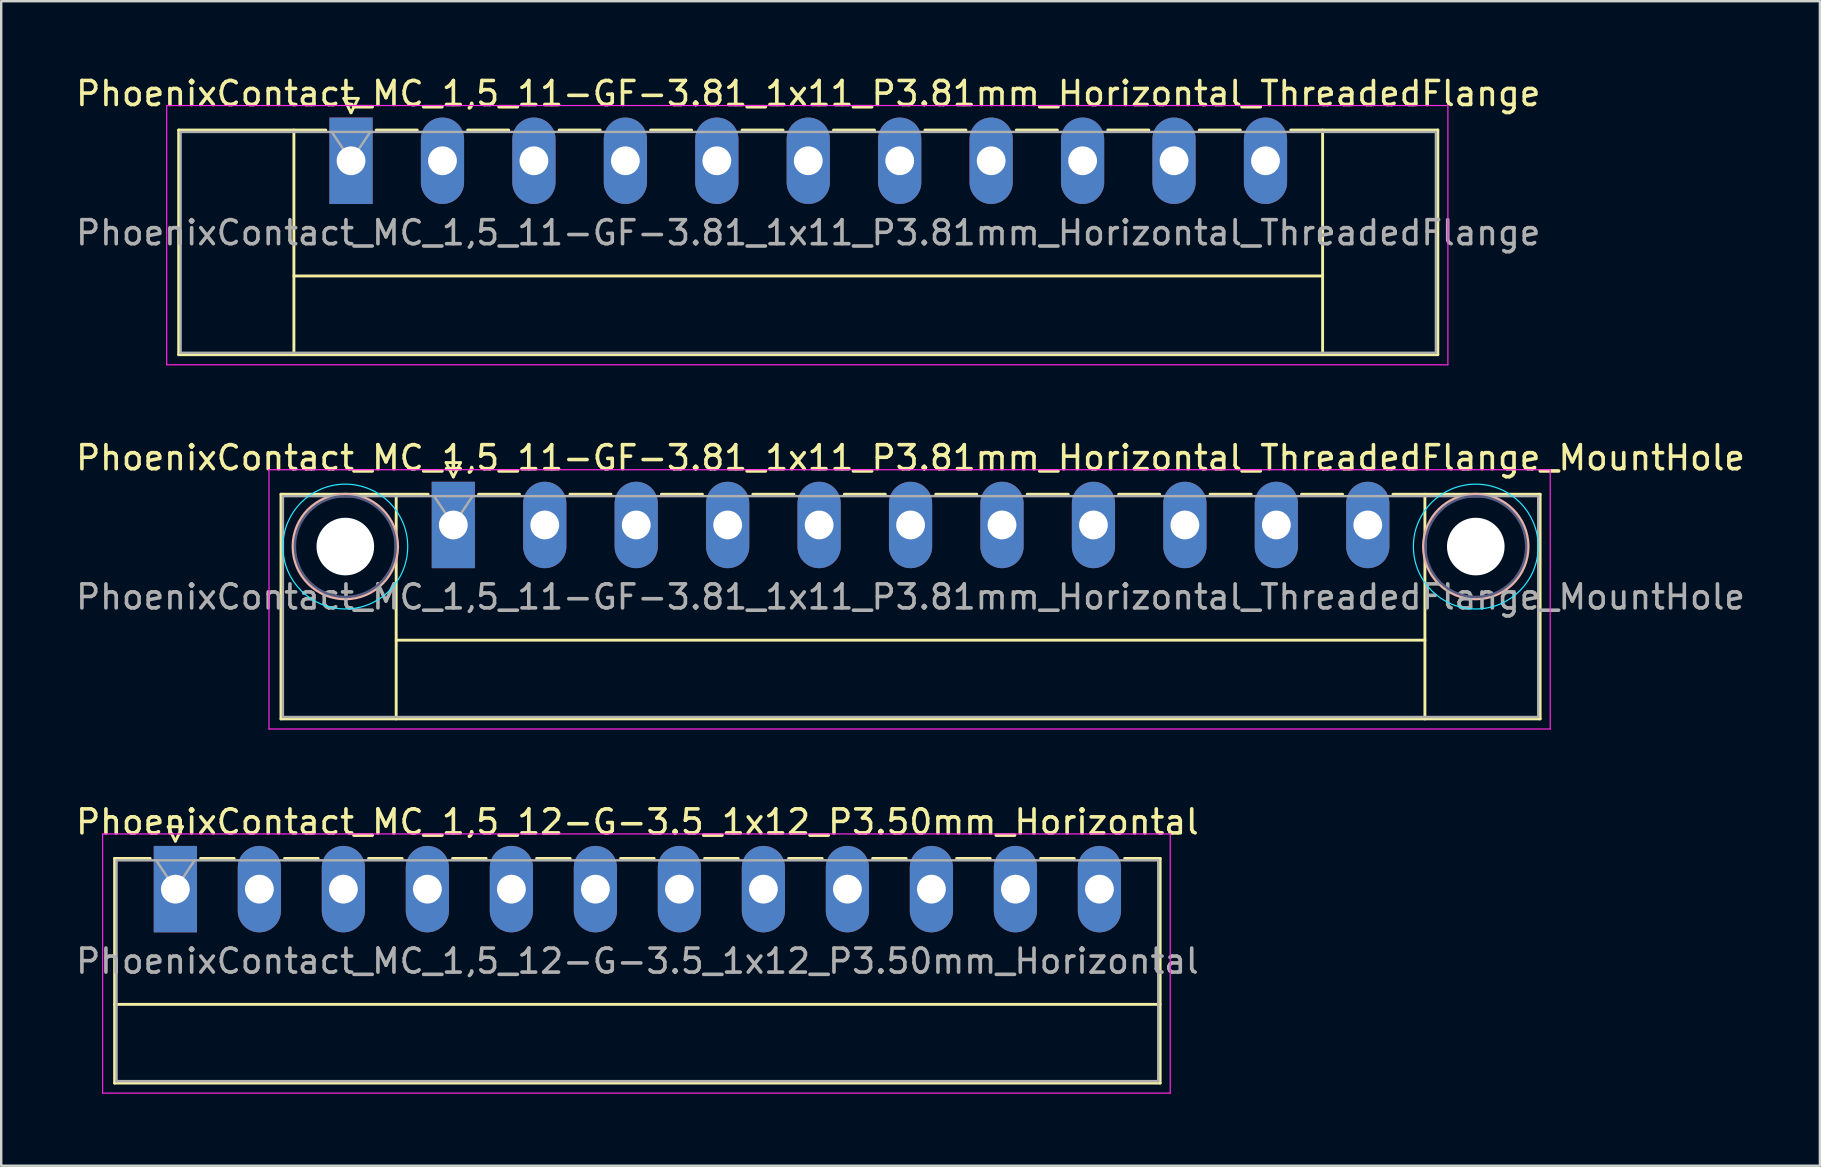
<source format=kicad_pcb>
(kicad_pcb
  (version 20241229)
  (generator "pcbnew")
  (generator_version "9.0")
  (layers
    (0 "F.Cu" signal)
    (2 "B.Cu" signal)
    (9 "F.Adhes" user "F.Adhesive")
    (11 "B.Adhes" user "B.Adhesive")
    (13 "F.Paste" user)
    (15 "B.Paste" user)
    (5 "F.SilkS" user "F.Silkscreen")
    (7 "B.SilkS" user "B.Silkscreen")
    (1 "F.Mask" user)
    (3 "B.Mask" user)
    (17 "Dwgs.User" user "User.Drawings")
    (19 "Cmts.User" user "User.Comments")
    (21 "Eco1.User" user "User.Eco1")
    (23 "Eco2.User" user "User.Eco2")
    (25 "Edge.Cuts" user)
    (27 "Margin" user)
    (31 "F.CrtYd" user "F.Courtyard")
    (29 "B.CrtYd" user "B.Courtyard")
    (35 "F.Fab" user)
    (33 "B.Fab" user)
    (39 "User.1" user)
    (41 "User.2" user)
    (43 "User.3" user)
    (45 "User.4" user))
  (footprint "PhoenixContact_MC_1,5_12-G-3.5_1x12_P3.50mm_Horizontal"
    (layer "F.Cu")
    (at 4.256 33.995)
    (property "Reference" "PhoenixContact_MC_1,5_12-G-3.5_1x12_P3.50mm_Horizontal" (at 19.25 -2.8 0) (layer "F.SilkS") (effects (font (size 1 1) (thickness 0.15))))
    (attr through_hole)
    (fp_line (start -2.53 -1.28) (end -2.53 8.08) (stroke (width 0.12) (type solid)) (layer "F.SilkS"))
    (fp_line (start -2.53 -1.28) (end -1.05 -1.28) (stroke (width 0.12) (type solid)) (layer "F.SilkS"))
    (fp_line (start -2.53 4.8) (end 41.03 4.8) (stroke (width 0.12) (type solid)) (layer "F.SilkS"))
    (fp_line (start -2.53 8.08) (end 41.03 8.08) (stroke (width 0.12) (type solid)) (layer "F.SilkS"))
    (fp_line (start -0.3 -2.6) (end 0.3 -2.6) (stroke (width 0.12) (type solid)) (layer "F.SilkS"))
    (fp_line (start 0 -2) (end -0.3 -2.6) (stroke (width 0.12) (type solid)) (layer "F.SilkS"))
    (fp_line (start 0.3 -2.6) (end 0 -2) (stroke (width 0.12) (type solid)) (layer "F.SilkS"))
    (fp_line (start 1.05 -1.28) (end 2.45 -1.28) (stroke (width 0.12) (type solid)) (layer "F.SilkS"))
    (fp_line (start 4.55 -1.28) (end 5.95 -1.28) (stroke (width 0.12) (type solid)) (layer "F.SilkS"))
    (fp_line (start 8.05 -1.28) (end 9.45 -1.28) (stroke (width 0.12) (type solid)) (layer "F.SilkS"))
    (fp_line (start 11.55 -1.28) (end 12.95 -1.28) (stroke (width 0.12) (type solid)) (layer "F.SilkS"))
    (fp_line (start 15.05 -1.28) (end 16.45 -1.28) (stroke (width 0.12) (type solid)) (layer "F.SilkS"))
    (fp_line (start 18.55 -1.28) (end 19.95 -1.28) (stroke (width 0.12) (type solid)) (layer "F.SilkS"))
    (fp_line (start 22.05 -1.28) (end 23.45 -1.28) (stroke (width 0.12) (type solid)) (layer "F.SilkS"))
    (fp_line (start 25.55 -1.28) (end 26.95 -1.28) (stroke (width 0.12) (type solid)) (layer "F.SilkS"))
    (fp_line (start 29.05 -1.28) (end 30.45 -1.28) (stroke (width 0.12) (type solid)) (layer "F.SilkS"))
    (fp_line (start 32.55 -1.28) (end 33.95 -1.28) (stroke (width 0.12) (type solid)) (layer "F.SilkS"))
    (fp_line (start 36.05 -1.28) (end 37.45 -1.28) (stroke (width 0.12) (type solid)) (layer "F.SilkS"))
    (fp_line (start 41.03 -1.28) (end 39.55 -1.28) (stroke (width 0.12) (type solid)) (layer "F.SilkS"))
    (fp_line (start 41.03 8.08) (end 41.03 -1.28) (stroke (width 0.12) (type solid)) (layer "F.SilkS"))
    (fp_line (start -3.03 -2.3) (end -3.03 8.5) (stroke (width 0.05) (type solid)) (layer "F.CrtYd"))
    (fp_line (start -3.03 8.5) (end 41.45 8.5) (stroke (width 0.05) (type solid)) (layer "F.CrtYd"))
    (fp_line (start 41.45 -2.3) (end -3.03 -2.3) (stroke (width 0.05) (type solid)) (layer "F.CrtYd"))
    (fp_line (start 41.45 8.5) (end 41.45 -2.3) (stroke (width 0.05) (type solid)) (layer "F.CrtYd"))
    (fp_line (start -2.45 -1.2) (end -2.45 8) (stroke (width 0.1) (type solid)) (layer "F.Fab"))
    (fp_line (start -2.45 8) (end 40.95 8) (stroke (width 0.1) (type solid)) (layer "F.Fab"))
    (fp_line (start 0 0) (end -0.8 -1.2) (stroke (width 0.1) (type solid)) (layer "F.Fab"))
    (fp_line (start 0.8 -1.2) (end 0 0) (stroke (width 0.1) (type solid)) (layer "F.Fab"))
    (fp_line (start 40.95 -1.2) (end -2.45 -1.2) (stroke (width 0.1) (type solid)) (layer "F.Fab"))
    (fp_line (start 40.95 8) (end 40.95 -1.2) (stroke (width 0.1) (type solid)) (layer "F.Fab"))
    (fp_text user "${REFERENCE}" (at 19.25 3 0) (layer "F.Fab") (effects (font (size 1 1) (thickness 0.15))))
    (pad "1" thru_hole rect (at 0 0) (size 1.8 3.6) (drill 1.2) (layers "*.Cu" "*.Mask"))
    (pad "2" thru_hole oval (at 3.5 0) (size 1.8 3.6) (drill 1.2) (layers "*.Cu" "*.Mask"))
    (pad "3" thru_hole oval (at 7 0) (size 1.8 3.6) (drill 1.2) (layers "*.Cu" "*.Mask"))
    (pad "4" thru_hole oval (at 10.5 0) (size 1.8 3.6) (drill 1.2) (layers "*.Cu" "*.Mask"))
    (pad "5" thru_hole oval (at 14 0) (size 1.8 3.6) (drill 1.2) (layers "*.Cu" "*.Mask"))
    (pad "6" thru_hole oval (at 17.5 0) (size 1.8 3.6) (drill 1.2) (layers "*.Cu" "*.Mask"))
    (pad "7" thru_hole oval (at 21 0) (size 1.8 3.6) (drill 1.2) (layers "*.Cu" "*.Mask"))
    (pad "8" thru_hole oval (at 24.5 0) (size 1.8 3.6) (drill 1.2) (layers "*.Cu" "*.Mask"))
    (pad "9" thru_hole oval (at 28 0) (size 1.8 3.6) (drill 1.2) (layers "*.Cu" "*.Mask"))
    (pad "10" thru_hole oval (at 31.5 0) (size 1.8 3.6) (drill 1.2) (layers "*.Cu" "*.Mask"))
    (pad "11" thru_hole oval (at 35 0) (size 1.8 3.6) (drill 1.2) (layers "*.Cu" "*.Mask"))
    (pad "12" thru_hole oval (at 38.5 0) (size 1.8 3.6) (drill 1.2) (layers "*.Cu" "*.Mask")))
  (footprint "PhoenixContact_MC_1,5_11-GF-3.81_1x11_P3.81mm_Horizontal_ThreadedFlange_MountHole"
    (layer "F.Cu")
    (at 15.837 18.822)
    (property "Reference" "PhoenixContact_MC_1,5_11-GF-3.81_1x11_P3.81mm_Horizontal_ThreadedFlange_MountHole" (at 19.05 -2.8 0) (layer "F.SilkS") (effects (font (size 1 1) (thickness 0.15))))
    (attr through_hole)
    (fp_line (start -7.18 -1.28) (end -7.18 8.08) (stroke (width 0.12) (type solid)) (layer "F.SilkS"))
    (fp_line (start -7.18 -1.28) (end -1.05 -1.28) (stroke (width 0.12) (type solid)) (layer "F.SilkS"))
    (fp_line (start -7.18 8.08) (end 45.28 8.08) (stroke (width 0.12) (type solid)) (layer "F.SilkS"))
    (fp_line (start -2.38 -1.28) (end -2.38 8.08) (stroke (width 0.12) (type solid)) (layer "F.SilkS"))
    (fp_line (start -2.38 4.8) (end 40.48 4.8) (stroke (width 0.12) (type solid)) (layer "F.SilkS"))
    (fp_line (start -0.3 -2.6) (end 0.3 -2.6) (stroke (width 0.12) (type solid)) (layer "F.SilkS"))
    (fp_line (start 0 -2) (end -0.3 -2.6) (stroke (width 0.12) (type solid)) (layer "F.SilkS"))
    (fp_line (start 0.3 -2.6) (end 0 -2) (stroke (width 0.12) (type solid)) (layer "F.SilkS"))
    (fp_line (start 1.05 -1.28) (end 2.76 -1.28) (stroke (width 0.12) (type solid)) (layer "F.SilkS"))
    (fp_line (start 4.86 -1.28) (end 6.57 -1.28) (stroke (width 0.12) (type solid)) (layer "F.SilkS"))
    (fp_line (start 8.67 -1.28) (end 10.38 -1.28) (stroke (width 0.12) (type solid)) (layer "F.SilkS"))
    (fp_line (start 12.48 -1.28) (end 14.19 -1.28) (stroke (width 0.12) (type solid)) (layer "F.SilkS"))
    (fp_line (start 16.29 -1.28) (end 18 -1.28) (stroke (width 0.12) (type solid)) (layer "F.SilkS"))
    (fp_line (start 20.1 -1.28) (end 21.81 -1.28) (stroke (width 0.12) (type solid)) (layer "F.SilkS"))
    (fp_line (start 23.91 -1.28) (end 25.62 -1.28) (stroke (width 0.12) (type solid)) (layer "F.SilkS"))
    (fp_line (start 27.72 -1.28) (end 29.43 -1.28) (stroke (width 0.12) (type solid)) (layer "F.SilkS"))
    (fp_line (start 31.53 -1.28) (end 33.24 -1.28) (stroke (width 0.12) (type solid)) (layer "F.SilkS"))
    (fp_line (start 35.34 -1.28) (end 37.05 -1.28) (stroke (width 0.12) (type solid)) (layer "F.SilkS"))
    (fp_line (start 40.48 -1.28) (end 40.48 8.08) (stroke (width 0.12) (type solid)) (layer "F.SilkS"))
    (fp_line (start 45.28 -1.28) (end 39.15 -1.28) (stroke (width 0.12) (type solid)) (layer "F.SilkS"))
    (fp_line (start 45.28 8.08) (end 45.28 -1.28) (stroke (width 0.12) (type solid)) (layer "F.SilkS"))
    (fp_circle (center -4.5 0.9) (end -2.32 0.9) (stroke (width 0.12) (type solid)) (fill no) (layer "B.SilkS"))
    (fp_circle (center 42.6 0.9) (end 44.78 0.9) (stroke (width 0.12) (type solid)) (fill no) (layer "B.SilkS"))
    (fp_circle (center -4.5 0.9) (end -1.9 0.9) (stroke (width 0.05) (type solid)) (fill no) (layer "B.CrtYd"))
    (fp_circle (center 42.6 0.9) (end 45.2 0.9) (stroke (width 0.05) (type solid)) (fill no) (layer "B.CrtYd"))
    (fp_line (start -7.68 -2.3) (end -7.68 8.5) (stroke (width 0.05) (type solid)) (layer "F.CrtYd"))
    (fp_line (start -7.68 8.5) (end 45.7 8.5) (stroke (width 0.05) (type solid)) (layer "F.CrtYd"))
    (fp_line (start 45.7 -2.3) (end -7.68 -2.3) (stroke (width 0.05) (type solid)) (layer "F.CrtYd"))
    (fp_line (start 45.7 8.5) (end 45.7 -2.3) (stroke (width 0.05) (type solid)) (layer "F.CrtYd"))
    (fp_circle (center -4.5 0.9) (end -2.4 0.9) (stroke (width 0.1) (type solid)) (fill no) (layer "B.Fab"))
    (fp_circle (center 42.6 0.9) (end 44.7 0.9) (stroke (width 0.1) (type solid)) (fill no) (layer "B.Fab"))
    (fp_line (start -7.1 -1.2) (end -7.1 8) (stroke (width 0.1) (type solid)) (layer "F.Fab"))
    (fp_line (start -7.1 8) (end 45.2 8) (stroke (width 0.1) (type solid)) (layer "F.Fab"))
    (fp_line (start 0 0) (end -0.8 -1.2) (stroke (width 0.1) (type solid)) (layer "F.Fab"))
    (fp_line (start 0.8 -1.2) (end 0 0) (stroke (width 0.1) (type solid)) (layer "F.Fab"))
    (fp_line (start 45.2 -1.2) (end -7.1 -1.2) (stroke (width 0.1) (type solid)) (layer "F.Fab"))
    (fp_line (start 45.2 8) (end 45.2 -1.2) (stroke (width 0.1) (type solid)) (layer "F.Fab"))
    (fp_text user "${REFERENCE}" (at 19.05 3 0) (layer "F.Fab") (effects (font (size 1 1) (thickness 0.15))))
    (pad "" np_thru_hole circle (at -4.5 0.9) (size 2.4 2.4) (drill 2.4) (layers "*.Cu" "*.Mask"))
    (pad "" np_thru_hole circle (at 42.6 0.9) (size 2.4 2.4) (drill 2.4) (layers "*.Cu" "*.Mask"))
    (pad "1" thru_hole rect (at 0 0) (size 1.8 3.6) (drill 1.2) (layers "*.Cu" "*.Mask"))
    (pad "2" thru_hole oval (at 3.81 0) (size 1.8 3.6) (drill 1.2) (layers "*.Cu" "*.Mask"))
    (pad "3" thru_hole oval (at 7.62 0) (size 1.8 3.6) (drill 1.2) (layers "*.Cu" "*.Mask"))
    (pad "4" thru_hole oval (at 11.43 0) (size 1.8 3.6) (drill 1.2) (layers "*.Cu" "*.Mask"))
    (pad "5" thru_hole oval (at 15.24 0) (size 1.8 3.6) (drill 1.2) (layers "*.Cu" "*.Mask"))
    (pad "6" thru_hole oval (at 19.05 0) (size 1.8 3.6) (drill 1.2) (layers "*.Cu" "*.Mask"))
    (pad "7" thru_hole oval (at 22.86 0) (size 1.8 3.6) (drill 1.2) (layers "*.Cu" "*.Mask"))
    (pad "8" thru_hole oval (at 26.67 0) (size 1.8 3.6) (drill 1.2) (layers "*.Cu" "*.Mask"))
    (pad "9" thru_hole oval (at 30.48 0) (size 1.8 3.6) (drill 1.2) (layers "*.Cu" "*.Mask"))
    (pad "10" thru_hole oval (at 34.29 0) (size 1.8 3.6) (drill 1.2) (layers "*.Cu" "*.Mask"))
    (pad "11" thru_hole oval (at 38.1 0) (size 1.8 3.6) (drill 1.2) (layers "*.Cu" "*.Mask")))
  (footprint "PhoenixContact_MC_1,5_11-GF-3.81_1x11_P3.81mm_Horizontal_ThreadedFlange"
    (layer "F.Cu")
    (at 11.575 3.648)
    (property "Reference" "PhoenixContact_MC_1,5_11-GF-3.81_1x11_P3.81mm_Horizontal_ThreadedFlange" (at 19.05 -2.8 0) (layer "F.SilkS") (effects (font (size 1 1) (thickness 0.15))))
    (attr through_hole)
    (fp_line (start -7.18 -1.28) (end -7.18 8.08) (stroke (width 0.12) (type solid)) (layer "F.SilkS"))
    (fp_line (start -7.18 -1.28) (end -1.05 -1.28) (stroke (width 0.12) (type solid)) (layer "F.SilkS"))
    (fp_line (start -7.18 8.08) (end 45.28 8.08) (stroke (width 0.12) (type solid)) (layer "F.SilkS"))
    (fp_line (start -2.38 -1.28) (end -2.38 8.08) (stroke (width 0.12) (type solid)) (layer "F.SilkS"))
    (fp_line (start -2.38 4.8) (end 40.48 4.8) (stroke (width 0.12) (type solid)) (layer "F.SilkS"))
    (fp_line (start -0.3 -2.6) (end 0.3 -2.6) (stroke (width 0.12) (type solid)) (layer "F.SilkS"))
    (fp_line (start 0 -2) (end -0.3 -2.6) (stroke (width 0.12) (type solid)) (layer "F.SilkS"))
    (fp_line (start 0.3 -2.6) (end 0 -2) (stroke (width 0.12) (type solid)) (layer "F.SilkS"))
    (fp_line (start 1.05 -1.28) (end 2.76 -1.28) (stroke (width 0.12) (type solid)) (layer "F.SilkS"))
    (fp_line (start 4.86 -1.28) (end 6.57 -1.28) (stroke (width 0.12) (type solid)) (layer "F.SilkS"))
    (fp_line (start 8.67 -1.28) (end 10.38 -1.28) (stroke (width 0.12) (type solid)) (layer "F.SilkS"))
    (fp_line (start 12.48 -1.28) (end 14.19 -1.28) (stroke (width 0.12) (type solid)) (layer "F.SilkS"))
    (fp_line (start 16.29 -1.28) (end 18 -1.28) (stroke (width 0.12) (type solid)) (layer "F.SilkS"))
    (fp_line (start 20.1 -1.28) (end 21.81 -1.28) (stroke (width 0.12) (type solid)) (layer "F.SilkS"))
    (fp_line (start 23.91 -1.28) (end 25.62 -1.28) (stroke (width 0.12) (type solid)) (layer "F.SilkS"))
    (fp_line (start 27.72 -1.28) (end 29.43 -1.28) (stroke (width 0.12) (type solid)) (layer "F.SilkS"))
    (fp_line (start 31.53 -1.28) (end 33.24 -1.28) (stroke (width 0.12) (type solid)) (layer "F.SilkS"))
    (fp_line (start 35.34 -1.28) (end 37.05 -1.28) (stroke (width 0.12) (type solid)) (layer "F.SilkS"))
    (fp_line (start 40.48 -1.28) (end 40.48 8.08) (stroke (width 0.12) (type solid)) (layer "F.SilkS"))
    (fp_line (start 45.28 -1.28) (end 39.15 -1.28) (stroke (width 0.12) (type solid)) (layer "F.SilkS"))
    (fp_line (start 45.28 8.08) (end 45.28 -1.28) (stroke (width 0.12) (type solid)) (layer "F.SilkS"))
    (fp_line (start -7.68 -2.3) (end -7.68 8.5) (stroke (width 0.05) (type solid)) (layer "F.CrtYd"))
    (fp_line (start -7.68 8.5) (end 45.7 8.5) (stroke (width 0.05) (type solid)) (layer "F.CrtYd"))
    (fp_line (start 45.7 -2.3) (end -7.68 -2.3) (stroke (width 0.05) (type solid)) (layer "F.CrtYd"))
    (fp_line (start 45.7 8.5) (end 45.7 -2.3) (stroke (width 0.05) (type solid)) (layer "F.CrtYd"))
    (fp_line (start -7.1 -1.2) (end -7.1 8) (stroke (width 0.1) (type solid)) (layer "F.Fab"))
    (fp_line (start -7.1 8) (end 45.2 8) (stroke (width 0.1) (type solid)) (layer "F.Fab"))
    (fp_line (start 0 0) (end -0.8 -1.2) (stroke (width 0.1) (type solid)) (layer "F.Fab"))
    (fp_line (start 0.8 -1.2) (end 0 0) (stroke (width 0.1) (type solid)) (layer "F.Fab"))
    (fp_line (start 45.2 -1.2) (end -7.1 -1.2) (stroke (width 0.1) (type solid)) (layer "F.Fab"))
    (fp_line (start 45.2 8) (end 45.2 -1.2) (stroke (width 0.1) (type solid)) (layer "F.Fab"))
    (fp_text user "${REFERENCE}" (at 19.05 3 0) (layer "F.Fab") (effects (font (size 1 1) (thickness 0.15))))
    (pad "1" thru_hole rect (at 0 0) (size 1.8 3.6) (drill 1.2) (layers "*.Cu" "*.Mask"))
    (pad "2" thru_hole oval (at 3.81 0) (size 1.8 3.6) (drill 1.2) (layers "*.Cu" "*.Mask"))
    (pad "3" thru_hole oval (at 7.62 0) (size 1.8 3.6) (drill 1.2) (layers "*.Cu" "*.Mask"))
    (pad "4" thru_hole oval (at 11.43 0) (size 1.8 3.6) (drill 1.2) (layers "*.Cu" "*.Mask"))
    (pad "5" thru_hole oval (at 15.24 0) (size 1.8 3.6) (drill 1.2) (layers "*.Cu" "*.Mask"))
    (pad "6" thru_hole oval (at 19.05 0) (size 1.8 3.6) (drill 1.2) (layers "*.Cu" "*.Mask"))
    (pad "7" thru_hole oval (at 22.86 0) (size 1.8 3.6) (drill 1.2) (layers "*.Cu" "*.Mask"))
    (pad "8" thru_hole oval (at 26.67 0) (size 1.8 3.6) (drill 1.2) (layers "*.Cu" "*.Mask"))
    (pad "9" thru_hole oval (at 30.48 0) (size 1.8 3.6) (drill 1.2) (layers "*.Cu" "*.Mask"))
    (pad "10" thru_hole oval (at 34.29 0) (size 1.8 3.6) (drill 1.2) (layers "*.Cu" "*.Mask"))
    (pad "11" thru_hole oval (at 38.1 0) (size 1.8 3.6) (drill 1.2) (layers "*.Cu" "*.Mask")))
  (gr_rect
    (start -3 -3)
    (end 72.774 45.52)
    (stroke (width 0.1) (type default))
    (fill no)
    (layer "Edge.Cuts")))
</source>
